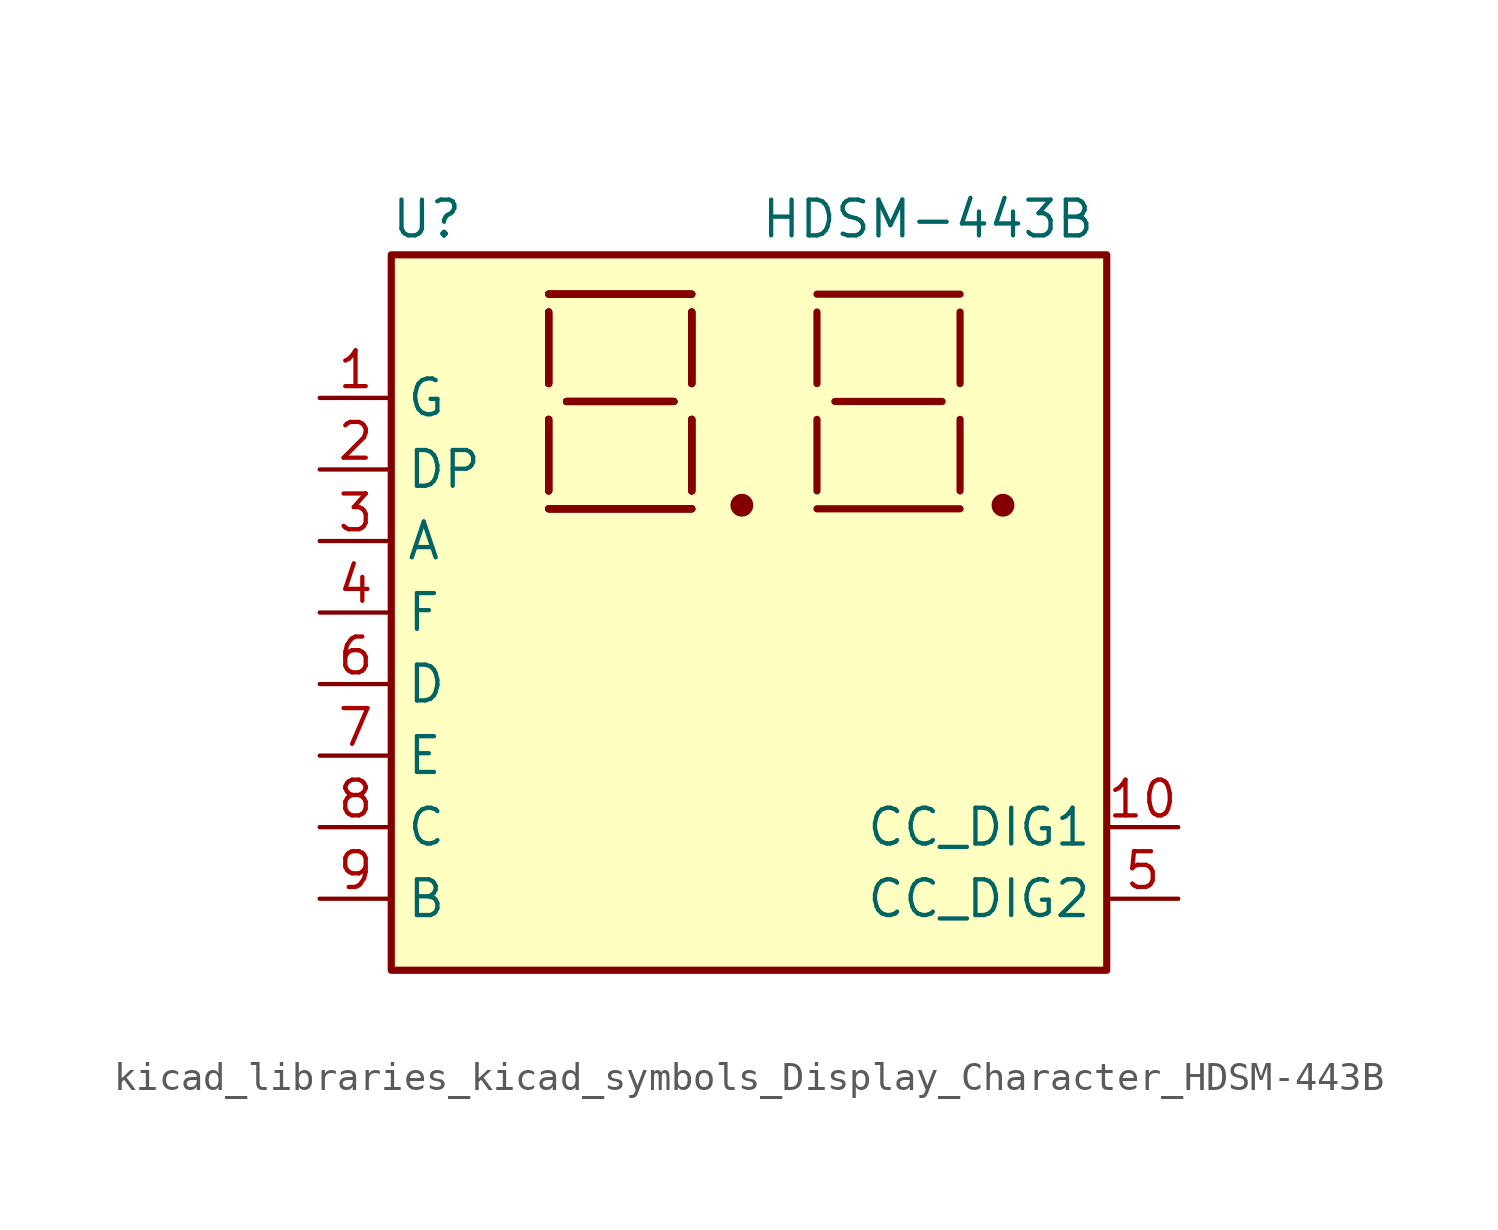
<source format=kicad_sym>
(kicad_symbol_lib
  (version 20220914)
  (generator kicad_symbol_editor)
  (symbol "kicad_libraries_kicad_symbols_Display_Character_HDSM-443B"
    (property "Reference" "U"
      (at -11.43 13.97 0)
      (effects (font (size 1.27 1.27))))
    (property "Value" "HDSM-443B"
      (at 6.35 13.97 0)
      (effects (font (size 1.27 1.27))))
    (symbol "kicad_libraries_kicad_symbols_Display_Character_HDSM-443B_0_1"
      (rectangle (start -12.7 12.7) (end 12.7 -12.7) (stroke (width 0.254) (type default)) (fill (type background)))
      (circle (center -0.254 3.81) (radius 0.279) (stroke (width 0.254) (type default)) (fill (type outline)))
      (polyline (pts (xy -7.112 3.683) (xy -2.032 3.683)) (stroke (width 0.254) (type default)) (fill (type none)))
      (polyline (pts (xy -7.112 3.683) (xy -2.032 3.683)) (stroke (width 0.254) (type default)) (fill (type none)))
      (polyline (pts (xy -7.112 3.683) (xy -2.032 3.683)) (stroke (width 0.254) (type default)) (fill (type none)))
      (polyline (pts (xy -7.112 3.683) (xy -2.032 3.683)) (stroke (width 0.254) (type default)) (fill (type none)))
      (polyline (pts (xy -7.112 4.318) (xy -7.112 6.858)) (stroke (width 0.254) (type default)) (fill (type none)))
      (polyline (pts (xy -7.112 4.318) (xy -7.112 6.858)) (stroke (width 0.254) (type default)) (fill (type none)))
      (polyline (pts (xy -7.112 4.318) (xy -7.112 6.858)) (stroke (width 0.254) (type default)) (fill (type none)))
      (polyline (pts (xy -7.112 4.318) (xy -7.112 6.858)) (stroke (width 0.254) (type default)) (fill (type none)))
      (polyline (pts (xy -7.112 8.128) (xy -7.112 10.668)) (stroke (width 0.254) (type default)) (fill (type none)))
      (polyline (pts (xy -7.112 8.128) (xy -7.112 10.668)) (stroke (width 0.254) (type default)) (fill (type none)))
      (polyline (pts (xy -7.112 8.128) (xy -7.112 10.668)) (stroke (width 0.254) (type default)) (fill (type none)))
      (polyline (pts (xy -7.112 8.128) (xy -7.112 10.668)) (stroke (width 0.254) (type default)) (fill (type none)))
      (polyline (pts (xy -7.112 11.303) (xy -2.032 11.303)) (stroke (width 0.254) (type default)) (fill (type none)))
      (polyline (pts (xy -7.112 11.303) (xy -2.032 11.303)) (stroke (width 0.254) (type default)) (fill (type none)))
      (polyline (pts (xy -7.112 11.303) (xy -2.032 11.303)) (stroke (width 0.254) (type default)) (fill (type none)))
      (polyline (pts (xy -7.112 11.303) (xy -2.032 11.303)) (stroke (width 0.254) (type default)) (fill (type none)))
      (polyline (pts (xy -6.477 7.493) (xy -2.667 7.493)) (stroke (width 0.254) (type default)) (fill (type none)))
      (polyline (pts (xy -6.477 7.493) (xy -2.667 7.493)) (stroke (width 0.254) (type default)) (fill (type none)))
      (polyline (pts (xy -6.477 7.493) (xy -2.667 7.493)) (stroke (width 0.254) (type default)) (fill (type none)))
      (polyline (pts (xy -6.477 7.493) (xy -2.667 7.493)) (stroke (width 0.254) (type default)) (fill (type none)))
      (polyline (pts (xy -2.032 4.318) (xy -2.032 6.858)) (stroke (width 0.254) (type default)) (fill (type none)))
      (polyline (pts (xy -2.032 4.318) (xy -2.032 6.858)) (stroke (width 0.254) (type default)) (fill (type none)))
      (polyline (pts (xy -2.032 4.318) (xy -2.032 6.858)) (stroke (width 0.254) (type default)) (fill (type none)))
      (polyline (pts (xy -2.032 4.318) (xy -2.032 6.858)) (stroke (width 0.254) (type default)) (fill (type none)))
      (polyline (pts (xy -2.032 10.668) (xy -2.032 8.128)) (stroke (width 0.254) (type default)) (fill (type none)))
      (polyline (pts (xy -2.032 10.668) (xy -2.032 8.128)) (stroke (width 0.254) (type default)) (fill (type none)))
      (polyline (pts (xy -2.032 10.668) (xy -2.032 8.128)) (stroke (width 0.254) (type default)) (fill (type none)))
      (polyline (pts (xy -2.032 10.668) (xy -2.032 8.128)) (stroke (width 0.254) (type default)) (fill (type none)))
      (polyline (pts (xy 2.413 3.683) (xy 7.493 3.683)) (stroke (width 0.254) (type default)) (fill (type none)))
      (polyline (pts (xy 2.413 4.318) (xy 2.413 6.858)) (stroke (width 0.254) (type default)) (fill (type none)))
      (polyline (pts (xy 2.413 8.128) (xy 2.413 10.668)) (stroke (width 0.254) (type default)) (fill (type none)))
      (polyline (pts (xy 2.413 11.303) (xy 7.493 11.303)) (stroke (width 0.254) (type default)) (fill (type none)))
      (polyline (pts (xy 3.048 7.493) (xy 6.858 7.493)) (stroke (width 0.254) (type default)) (fill (type none)))
      (polyline (pts (xy 7.493 4.318) (xy 7.493 6.858)) (stroke (width 0.254) (type default)) (fill (type none)))
      (polyline (pts (xy 7.493 8.128) (xy 7.493 10.668)) (stroke (width 0.254) (type default)) (fill (type none)))
      (circle (center 9.017 3.81) (radius 0.279) (stroke (width 0.254) (type default)) (fill (type outline))))
    (symbol "kicad_libraries_kicad_symbols_Display_Character_HDSM-443B_1_1"
      (pin input line (at -15.24 7.62 0) (length 2.54) (name "G" (effects (font (size 1.27 1.27)))) (number "1" (effects (font (size 1.27 1.27)))))
      (pin input line (at 15.24 -7.62 180) (length 2.54) (name "CC_DIG1" (effects (font (size 1.27 1.27)))) (number "10" (effects (font (size 1.27 1.27)))))
      (pin input line (at -15.24 5.08 0) (length 2.54) (name "DP" (effects (font (size 1.27 1.27)))) (number "2" (effects (font (size 1.27 1.27)))))
      (pin input line (at -15.24 2.54 0) (length 2.54) (name "A" (effects (font (size 1.27 1.27)))) (number "3" (effects (font (size 1.27 1.27)))))
      (pin input line (at -15.24 0 0) (length 2.54) (name "F" (effects (font (size 1.27 1.27)))) (number "4" (effects (font (size 1.27 1.27)))))
      (pin input line (at 15.24 -10.16 180) (length 2.54) (name "CC_DIG2" (effects (font (size 1.27 1.27)))) (number "5" (effects (font (size 1.27 1.27)))))
      (pin input line (at -15.24 -2.54 0) (length 2.54) (name "D" (effects (font (size 1.27 1.27)))) (number "6" (effects (font (size 1.27 1.27)))))
      (pin input line (at -15.24 -5.08 0) (length 2.54) (name "E" (effects (font (size 1.27 1.27)))) (number "7" (effects (font (size 1.27 1.27)))))
      (pin input line (at -15.24 -7.62 0) (length 2.54) (name "C" (effects (font (size 1.27 1.27)))) (number "8" (effects (font (size 1.27 1.27)))))
      (pin input line (at -15.24 -10.16 0) (length 2.54) (name "B" (effects (font (size 1.27 1.27)))) (number "9" (effects (font (size 1.27 1.27))))))))
</source>
